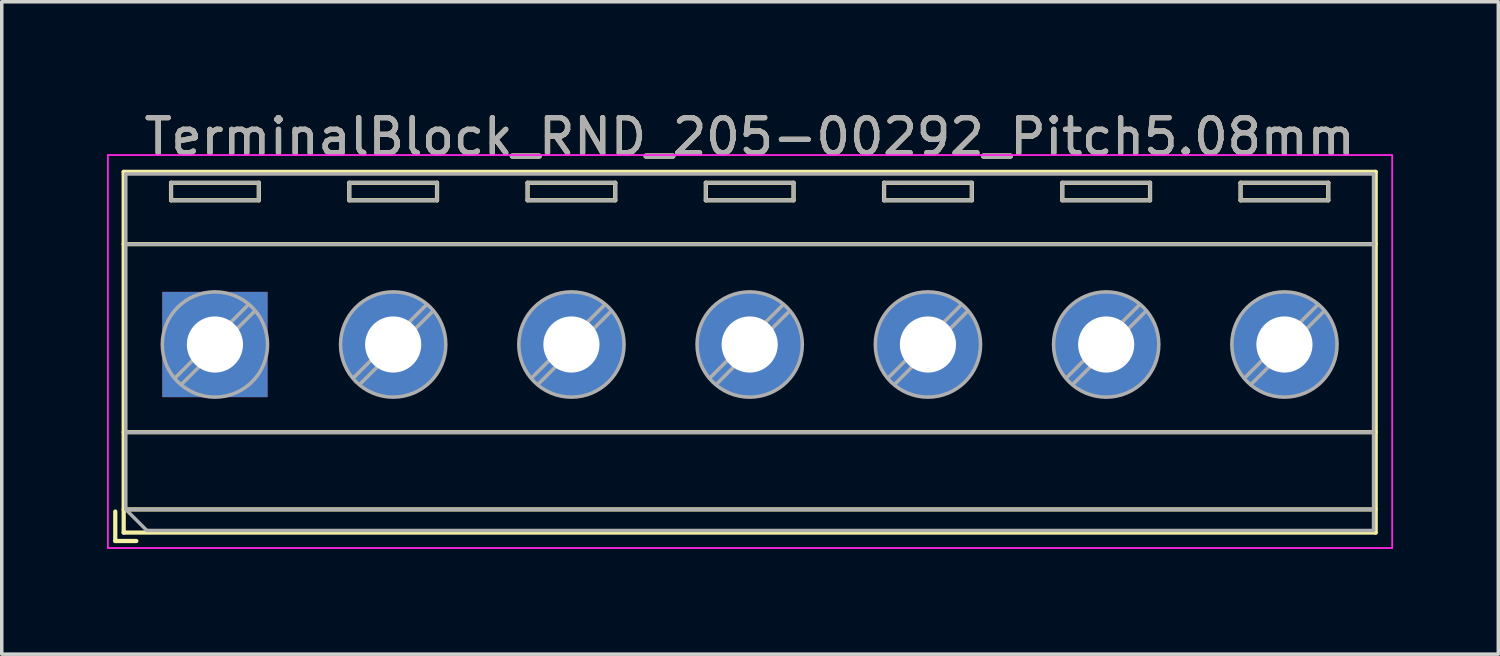
<source format=kicad_pcb>
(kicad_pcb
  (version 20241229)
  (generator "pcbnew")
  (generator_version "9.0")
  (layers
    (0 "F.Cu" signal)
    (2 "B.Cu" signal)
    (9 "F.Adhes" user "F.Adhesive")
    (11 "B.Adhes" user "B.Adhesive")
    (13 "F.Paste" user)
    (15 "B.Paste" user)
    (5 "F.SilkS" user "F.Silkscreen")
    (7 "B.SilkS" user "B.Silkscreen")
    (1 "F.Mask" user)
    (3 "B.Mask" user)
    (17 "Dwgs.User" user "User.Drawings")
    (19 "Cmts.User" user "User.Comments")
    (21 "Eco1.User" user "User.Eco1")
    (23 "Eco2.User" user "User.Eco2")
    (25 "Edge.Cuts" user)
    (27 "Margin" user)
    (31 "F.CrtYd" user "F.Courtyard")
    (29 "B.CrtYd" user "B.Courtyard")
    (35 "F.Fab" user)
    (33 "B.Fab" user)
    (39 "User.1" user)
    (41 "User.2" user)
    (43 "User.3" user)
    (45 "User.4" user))
  (footprint "TerminalBlock_RND_205-00292_Pitch5.08mm"
    (layer "F.Cu")
    (at 3.075 6.768)
    (property "Reference" "TerminalBlock_RND_205-00292_Pitch5.08mm" (at 15.24 -5.92 0) (layer "F.SilkS") (effects (font (size 1 1) (thickness 0.15))))
    (attr through_hole)
    (fp_line (start -2.84 4.76) (end -2.84 5.6) (stroke (width 0.12) (type solid)) (layer "F.SilkS"))
    (fp_line (start -2.84 5.6) (end -2.24 5.6) (stroke (width 0.12) (type solid)) (layer "F.SilkS"))
    (fp_line (start -2.6 -4.92) (end -2.6 5.36) (stroke (width 0.12) (type solid)) (layer "F.SilkS"))
    (fp_line (start -2.6 -2.86) (end 33.08 -2.86) (stroke (width 0.12) (type solid)) (layer "F.SilkS"))
    (fp_line (start -2.6 2.5) (end 33.08 2.5) (stroke (width 0.12) (type solid)) (layer "F.SilkS"))
    (fp_line (start -2.6 4.7) (end 33.08 4.7) (stroke (width 0.12) (type solid)) (layer "F.SilkS"))
    (fp_line (start -2.6 5.36) (end 33.08 5.36) (stroke (width 0.12) (type solid)) (layer "F.SilkS"))
    (fp_line (start -1.25 -4.61) (end -1.25 -4.11) (stroke (width 0.12) (type solid)) (layer "F.SilkS"))
    (fp_line (start -1.25 -4.61) (end 1.25 -4.61) (stroke (width 0.12) (type solid)) (layer "F.SilkS"))
    (fp_line (start -1.25 -4.11) (end 1.25 -4.11) (stroke (width 0.12) (type solid)) (layer "F.SilkS"))
    (fp_line (start 1.25 -4.61) (end 1.25 -4.11) (stroke (width 0.12) (type solid)) (layer "F.SilkS"))
    (fp_line (start 3.83 -4.61) (end 3.83 -4.11) (stroke (width 0.12) (type solid)) (layer "F.SilkS"))
    (fp_line (start 3.83 -4.61) (end 6.33 -4.61) (stroke (width 0.12) (type solid)) (layer "F.SilkS"))
    (fp_line (start 3.83 -4.11) (end 6.33 -4.11) (stroke (width 0.12) (type solid)) (layer "F.SilkS"))
    (fp_line (start 6.33 -4.61) (end 6.33 -4.11) (stroke (width 0.12) (type solid)) (layer "F.SilkS"))
    (fp_line (start 8.91 -4.61) (end 8.91 -4.11) (stroke (width 0.12) (type solid)) (layer "F.SilkS"))
    (fp_line (start 8.91 -4.61) (end 11.41 -4.61) (stroke (width 0.12) (type solid)) (layer "F.SilkS"))
    (fp_line (start 8.91 -4.11) (end 11.41 -4.11) (stroke (width 0.12) (type solid)) (layer "F.SilkS"))
    (fp_line (start 11.41 -4.61) (end 11.41 -4.11) (stroke (width 0.12) (type solid)) (layer "F.SilkS"))
    (fp_line (start 13.99 -4.61) (end 13.99 -4.11) (stroke (width 0.12) (type solid)) (layer "F.SilkS"))
    (fp_line (start 13.99 -4.61) (end 16.49 -4.61) (stroke (width 0.12) (type solid)) (layer "F.SilkS"))
    (fp_line (start 13.99 -4.11) (end 16.49 -4.11) (stroke (width 0.12) (type solid)) (layer "F.SilkS"))
    (fp_line (start 16.49 -4.61) (end 16.49 -4.11) (stroke (width 0.12) (type solid)) (layer "F.SilkS"))
    (fp_line (start 19.07 -4.61) (end 19.07 -4.11) (stroke (width 0.12) (type solid)) (layer "F.SilkS"))
    (fp_line (start 19.07 -4.61) (end 21.57 -4.61) (stroke (width 0.12) (type solid)) (layer "F.SilkS"))
    (fp_line (start 19.07 -4.11) (end 21.57 -4.11) (stroke (width 0.12) (type solid)) (layer "F.SilkS"))
    (fp_line (start 21.57 -4.61) (end 21.57 -4.11) (stroke (width 0.12) (type solid)) (layer "F.SilkS"))
    (fp_line (start 24.15 -4.61) (end 24.15 -4.11) (stroke (width 0.12) (type solid)) (layer "F.SilkS"))
    (fp_line (start 24.15 -4.61) (end 26.65 -4.61) (stroke (width 0.12) (type solid)) (layer "F.SilkS"))
    (fp_line (start 24.15 -4.11) (end 26.65 -4.11) (stroke (width 0.12) (type solid)) (layer "F.SilkS"))
    (fp_line (start 26.65 -4.61) (end 26.65 -4.11) (stroke (width 0.12) (type solid)) (layer "F.SilkS"))
    (fp_line (start 29.23 -4.61) (end 29.23 -4.11) (stroke (width 0.12) (type solid)) (layer "F.SilkS"))
    (fp_line (start 29.23 -4.61) (end 31.73 -4.61) (stroke (width 0.12) (type solid)) (layer "F.SilkS"))
    (fp_line (start 29.23 -4.11) (end 31.73 -4.11) (stroke (width 0.12) (type solid)) (layer "F.SilkS"))
    (fp_line (start 31.73 -4.61) (end 31.73 -4.11) (stroke (width 0.12) (type solid)) (layer "F.SilkS"))
    (fp_line (start 33.08 -4.92) (end -2.6 -4.92) (stroke (width 0.12) (type solid)) (layer "F.SilkS"))
    (fp_line (start 33.08 5.36) (end 33.08 -4.92) (stroke (width 0.12) (type solid)) (layer "F.SilkS"))
    (fp_line (start -3.05 -5.4) (end -3.05 5.8) (stroke (width 0.05) (type solid)) (layer "F.CrtYd"))
    (fp_line (start -3.05 5.8) (end 33.55 5.8) (stroke (width 0.05) (type solid)) (layer "F.CrtYd"))
    (fp_line (start 33.55 -5.4) (end -3.05 -5.4) (stroke (width 0.05) (type solid)) (layer "F.CrtYd"))
    (fp_line (start 33.55 5.8) (end 33.55 -5.4) (stroke (width 0.05) (type solid)) (layer "F.CrtYd"))
    (fp_line (start -2.54 -4.86) (end 33.02 -4.86) (stroke (width 0.1) (type solid)) (layer "F.Fab"))
    (fp_line (start -2.54 -2.86) (end 33.02 -2.86) (stroke (width 0.1) (type solid)) (layer "F.Fab"))
    (fp_line (start -2.54 2.5) (end 33.02 2.5) (stroke (width 0.1) (type solid)) (layer "F.Fab"))
    (fp_line (start -2.54 4.7) (end -2.54 -4.86) (stroke (width 0.1) (type solid)) (layer "F.Fab"))
    (fp_line (start -2.54 4.7) (end 33.02 4.7) (stroke (width 0.1) (type solid)) (layer "F.Fab"))
    (fp_line (start -1.94 5.3) (end -2.54 4.7) (stroke (width 0.1) (type solid)) (layer "F.Fab"))
    (fp_line (start -1.25 -4.61) (end -1.25 -4.11) (stroke (width 0.1) (type solid)) (layer "F.Fab"))
    (fp_line (start -1.25 -4.11) (end 1.25 -4.11) (stroke (width 0.1) (type solid)) (layer "F.Fab"))
    (fp_line (start 0.955 -1.138) (end -1.138 0.955) (stroke (width 0.1) (type solid)) (layer "F.Fab"))
    (fp_line (start 1.138 -0.955) (end -0.955 1.138) (stroke (width 0.1) (type solid)) (layer "F.Fab"))
    (fp_line (start 1.25 -4.61) (end -1.25 -4.61) (stroke (width 0.1) (type solid)) (layer "F.Fab"))
    (fp_line (start 1.25 -4.11) (end 1.25 -4.61) (stroke (width 0.1) (type solid)) (layer "F.Fab"))
    (fp_line (start 3.83 -4.61) (end 3.83 -4.11) (stroke (width 0.1) (type solid)) (layer "F.Fab"))
    (fp_line (start 3.83 -4.11) (end 6.33 -4.11) (stroke (width 0.1) (type solid)) (layer "F.Fab"))
    (fp_line (start 6.035 -1.138) (end 3.943 0.955) (stroke (width 0.1) (type solid)) (layer "F.Fab"))
    (fp_line (start 6.218 -0.955) (end 4.126 1.138) (stroke (width 0.1) (type solid)) (layer "F.Fab"))
    (fp_line (start 6.33 -4.61) (end 3.83 -4.61) (stroke (width 0.1) (type solid)) (layer "F.Fab"))
    (fp_line (start 6.33 -4.11) (end 6.33 -4.61) (stroke (width 0.1) (type solid)) (layer "F.Fab"))
    (fp_line (start 8.91 -4.61) (end 8.91 -4.11) (stroke (width 0.1) (type solid)) (layer "F.Fab"))
    (fp_line (start 8.91 -4.11) (end 11.41 -4.11) (stroke (width 0.1) (type solid)) (layer "F.Fab"))
    (fp_line (start 11.115 -1.138) (end 9.023 0.955) (stroke (width 0.1) (type solid)) (layer "F.Fab"))
    (fp_line (start 11.298 -0.955) (end 9.206 1.138) (stroke (width 0.1) (type solid)) (layer "F.Fab"))
    (fp_line (start 11.41 -4.61) (end 8.91 -4.61) (stroke (width 0.1) (type solid)) (layer "F.Fab"))
    (fp_line (start 11.41 -4.11) (end 11.41 -4.61) (stroke (width 0.1) (type solid)) (layer "F.Fab"))
    (fp_line (start 13.99 -4.61) (end 13.99 -4.11) (stroke (width 0.1) (type solid)) (layer "F.Fab"))
    (fp_line (start 13.99 -4.11) (end 16.49 -4.11) (stroke (width 0.1) (type solid)) (layer "F.Fab"))
    (fp_line (start 16.195 -1.138) (end 14.103 0.955) (stroke (width 0.1) (type solid)) (layer "F.Fab"))
    (fp_line (start 16.378 -0.955) (end 14.286 1.138) (stroke (width 0.1) (type solid)) (layer "F.Fab"))
    (fp_line (start 16.49 -4.61) (end 13.99 -4.61) (stroke (width 0.1) (type solid)) (layer "F.Fab"))
    (fp_line (start 16.49 -4.11) (end 16.49 -4.61) (stroke (width 0.1) (type solid)) (layer "F.Fab"))
    (fp_line (start 19.07 -4.61) (end 19.07 -4.11) (stroke (width 0.1) (type solid)) (layer "F.Fab"))
    (fp_line (start 19.07 -4.11) (end 21.57 -4.11) (stroke (width 0.1) (type solid)) (layer "F.Fab"))
    (fp_line (start 21.275 -1.138) (end 19.183 0.955) (stroke (width 0.1) (type solid)) (layer "F.Fab"))
    (fp_line (start 21.458 -0.955) (end 19.366 1.138) (stroke (width 0.1) (type solid)) (layer "F.Fab"))
    (fp_line (start 21.57 -4.61) (end 19.07 -4.61) (stroke (width 0.1) (type solid)) (layer "F.Fab"))
    (fp_line (start 21.57 -4.11) (end 21.57 -4.61) (stroke (width 0.1) (type solid)) (layer "F.Fab"))
    (fp_line (start 24.15 -4.61) (end 24.15 -4.11) (stroke (width 0.1) (type solid)) (layer "F.Fab"))
    (fp_line (start 24.15 -4.11) (end 26.65 -4.11) (stroke (width 0.1) (type solid)) (layer "F.Fab"))
    (fp_line (start 26.355 -1.138) (end 24.263 0.955) (stroke (width 0.1) (type solid)) (layer "F.Fab"))
    (fp_line (start 26.538 -0.955) (end 24.446 1.138) (stroke (width 0.1) (type solid)) (layer "F.Fab"))
    (fp_line (start 26.65 -4.61) (end 24.15 -4.61) (stroke (width 0.1) (type solid)) (layer "F.Fab"))
    (fp_line (start 26.65 -4.11) (end 26.65 -4.61) (stroke (width 0.1) (type solid)) (layer "F.Fab"))
    (fp_line (start 29.23 -4.61) (end 29.23 -4.11) (stroke (width 0.1) (type solid)) (layer "F.Fab"))
    (fp_line (start 29.23 -4.11) (end 31.73 -4.11) (stroke (width 0.1) (type solid)) (layer "F.Fab"))
    (fp_line (start 31.435 -1.138) (end 29.343 0.955) (stroke (width 0.1) (type solid)) (layer "F.Fab"))
    (fp_line (start 31.618 -0.955) (end 29.526 1.138) (stroke (width 0.1) (type solid)) (layer "F.Fab"))
    (fp_line (start 31.73 -4.61) (end 29.23 -4.61) (stroke (width 0.1) (type solid)) (layer "F.Fab"))
    (fp_line (start 31.73 -4.11) (end 31.73 -4.61) (stroke (width 0.1) (type solid)) (layer "F.Fab"))
    (fp_line (start 33.02 -4.86) (end 33.02 5.3) (stroke (width 0.1) (type solid)) (layer "F.Fab"))
    (fp_line (start 33.02 5.3) (end -1.94 5.3) (stroke (width 0.1) (type solid)) (layer "F.Fab"))
    (fp_circle (center 0 0) (end 1.5 0) (stroke (width 0.1) (type solid)) (fill no) (layer "F.Fab"))
    (fp_circle (center 5.08 0) (end 6.58 0) (stroke (width 0.1) (type solid)) (fill no) (layer "F.Fab"))
    (fp_circle (center 10.16 0) (end 11.66 0) (stroke (width 0.1) (type solid)) (fill no) (layer "F.Fab"))
    (fp_circle (center 15.24 0) (end 16.74 0) (stroke (width 0.1) (type solid)) (fill no) (layer "F.Fab"))
    (fp_circle (center 20.32 0) (end 21.82 0) (stroke (width 0.1) (type solid)) (fill no) (layer "F.Fab"))
    (fp_circle (center 25.4 0) (end 26.9 0) (stroke (width 0.1) (type solid)) (fill no) (layer "F.Fab"))
    (fp_circle (center 30.48 0) (end 31.98 0) (stroke (width 0.1) (type solid)) (fill no) (layer "F.Fab"))
    (fp_text user "${REFERENCE}" (at 15.24 -5.92 0) (layer "F.Fab") (effects (font (size 1 1) (thickness 0.15))))
    (pad "1" thru_hole rect (at 0 0) (size 3 3) (drill 1.6) (layers "*.Cu" "*.Mask"))
    (pad "2" thru_hole oval (at 5.08 0) (size 3 3) (drill 1.6) (layers "*.Cu" "*.Mask"))
    (pad "3" thru_hole oval (at 10.16 0) (size 3 3) (drill 1.6) (layers "*.Cu" "*.Mask"))
    (pad "4" thru_hole oval (at 15.24 0) (size 3 3) (drill 1.6) (layers "*.Cu" "*.Mask"))
    (pad "5" thru_hole oval (at 20.32 0) (size 3 3) (drill 1.6) (layers "*.Cu" "*.Mask"))
    (pad "6" thru_hole oval (at 25.4 0) (size 3 3) (drill 1.6) (layers "*.Cu" "*.Mask"))
    (pad "7" thru_hole oval (at 30.48 0) (size 3 3) (drill 1.6) (layers "*.Cu" "*.Mask")))
  (gr_rect
    (start -3 -3)
    (end 39.65 15.593)
    (stroke (width 0.1) (type default))
    (fill no)
    (layer "Edge.Cuts")))
</source>
